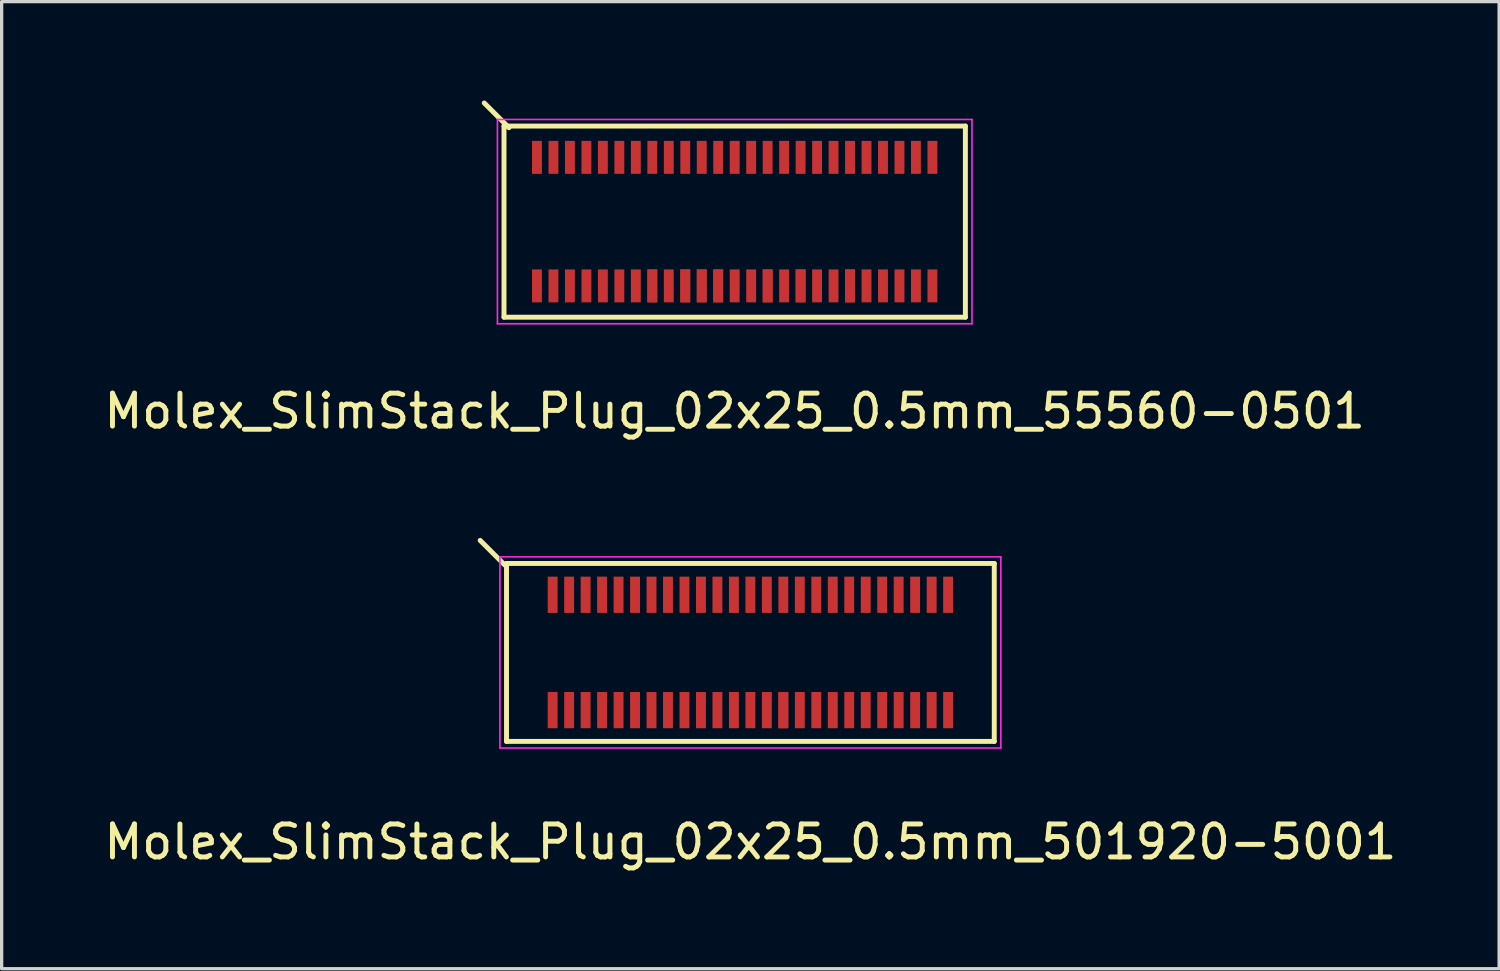
<source format=kicad_pcb>
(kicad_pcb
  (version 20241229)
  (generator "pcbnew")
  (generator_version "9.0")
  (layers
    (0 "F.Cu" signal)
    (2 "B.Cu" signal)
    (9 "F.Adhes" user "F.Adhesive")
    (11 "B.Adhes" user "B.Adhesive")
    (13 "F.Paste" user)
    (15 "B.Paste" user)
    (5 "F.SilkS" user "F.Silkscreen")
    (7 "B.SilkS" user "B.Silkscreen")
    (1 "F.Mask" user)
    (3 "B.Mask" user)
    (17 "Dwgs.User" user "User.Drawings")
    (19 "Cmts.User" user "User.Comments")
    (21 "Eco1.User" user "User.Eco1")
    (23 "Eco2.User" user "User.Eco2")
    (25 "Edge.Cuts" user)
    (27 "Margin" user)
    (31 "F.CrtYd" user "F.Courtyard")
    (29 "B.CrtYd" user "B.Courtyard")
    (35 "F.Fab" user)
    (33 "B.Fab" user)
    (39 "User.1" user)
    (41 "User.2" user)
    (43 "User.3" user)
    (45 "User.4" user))
  (footprint "Molex_SlimStack_Plug_02x25_0.5mm_55560-0501"
    (layer "F.Cu")
    (at 19.244 3.675)
    (property "Reference" "Molex_SlimStack_Plug_02x25_0.5mm_55560-0501" (at 0 5.75 0) (layer "F.SilkS") (effects (font (size 1 1) (thickness 0.15))))
    (attr smd)
    (fp_line (start -7 -2.9) (end -7 2.9) (stroke (width 0.15) (type solid)) (layer "F.SilkS"))
    (fp_line (start -7 2.9) (end 7 2.9) (stroke (width 0.15) (type solid)) (layer "F.SilkS"))
    (fp_line (start -6.85 -2.85) (end -7.6 -3.6) (stroke (width 0.15) (type solid)) (layer "F.SilkS"))
    (fp_line (start 7 -2.9) (end -7 -2.9) (stroke (width 0.15) (type solid)) (layer "F.SilkS"))
    (fp_line (start 7 2.9) (end 7 -2.9) (stroke (width 0.15) (type solid)) (layer "F.SilkS"))
    (fp_line (start -7.2 -3.1) (end -7.2 3.1) (stroke (width 0.05) (type solid)) (layer "F.CrtYd"))
    (fp_line (start -7.2 3.1) (end 7.2 3.1) (stroke (width 0.05) (type solid)) (layer "F.CrtYd"))
    (fp_line (start 7.2 -3.1) (end -7.2 -3.1) (stroke (width 0.05) (type solid)) (layer "F.CrtYd"))
    (fp_line (start 7.2 3.1) (end 7.2 -3.1) (stroke (width 0.05) (type solid)) (layer "F.CrtYd"))
    (pad "1" smd rect (at -6 -1.95) (size 0.3 1) (layers "F.Cu" "F.Mask" "F.Paste"))
    (pad "2" smd rect (at -6 1.95) (size 0.3 1) (layers "F.Cu" "F.Mask" "F.Paste"))
    (pad "3" smd rect (at -5.5 -1.95) (size 0.3 1) (layers "F.Cu" "F.Mask" "F.Paste"))
    (pad "4" smd rect (at -5.5 1.95) (size 0.3 1) (layers "F.Cu" "F.Mask" "F.Paste"))
    (pad "5" smd rect (at -5 -1.95) (size 0.3 1) (layers "F.Cu" "F.Mask" "F.Paste"))
    (pad "6" smd rect (at -5 1.95) (size 0.3 1) (layers "F.Cu" "F.Mask" "F.Paste"))
    (pad "7" smd rect (at -4.5 -1.95) (size 0.3 1) (layers "F.Cu" "F.Mask" "F.Paste"))
    (pad "8" smd rect (at -4.5 1.95) (size 0.3 1) (layers "F.Cu" "F.Mask" "F.Paste"))
    (pad "9" smd rect (at -4 -1.95) (size 0.3 1) (layers "F.Cu" "F.Mask" "F.Paste"))
    (pad "10" smd rect (at -4 1.95) (size 0.3 1) (layers "F.Cu" "F.Mask" "F.Paste"))
    (pad "11" smd rect (at -3.5 -1.95) (size 0.3 1) (layers "F.Cu" "F.Mask" "F.Paste"))
    (pad "12" smd rect (at -3.5 1.95) (size 0.3 1) (layers "F.Cu" "F.Mask" "F.Paste"))
    (pad "13" smd rect (at -3 -1.95) (size 0.3 1) (layers "F.Cu" "F.Mask" "F.Paste"))
    (pad "14" smd rect (at -3 1.95) (size 0.3 1) (layers "F.Cu" "F.Mask" "F.Paste"))
    (pad "15" smd rect (at -2.5 -1.95) (size 0.3 1) (layers "F.Cu" "F.Mask" "F.Paste"))
    (pad "16" smd rect (at -2.5 1.95) (size 0.3 1) (layers "F.Cu" "F.Mask" "F.Paste"))
    (pad "16" smd rect (at -2.5 1.95) (size 0.3 1) (layers "F.Cu" "F.Mask" "F.Paste"))
    (pad "17" smd rect (at -2 -1.95) (size 0.3 1) (layers "F.Cu" "F.Mask" "F.Paste"))
    (pad "18" smd rect (at -2 1.95) (size 0.3 1) (layers "F.Cu" "F.Mask" "F.Paste"))
    (pad "19" smd rect (at -1.5 -1.95) (size 0.3 1) (layers "F.Cu" "F.Mask" "F.Paste"))
    (pad "20" smd rect (at -1.5 1.95) (size 0.3 1) (layers "F.Cu" "F.Mask" "F.Paste"))
    (pad "20" smd rect (at -1.5 1.95) (size 0.3 1) (layers "F.Cu" "F.Mask" "F.Paste"))
    (pad "21" smd rect (at -1 -1.95) (size 0.3 1) (layers "F.Cu" "F.Mask" "F.Paste"))
    (pad "22" smd rect (at -1 1.95) (size 0.3 1) (layers "F.Cu" "F.Mask" "F.Paste"))
    (pad "22" smd rect (at -1 1.95) (size 0.3 1) (layers "F.Cu" "F.Mask" "F.Paste"))
    (pad "23" smd rect (at -0.5 -1.95) (size 0.3 1) (layers "F.Cu" "F.Mask" "F.Paste"))
    (pad "24" smd rect (at -0.5 1.95) (size 0.3 1) (layers "F.Cu" "F.Mask" "F.Paste"))
    (pad "24" smd rect (at -0.5 1.95) (size 0.3 1) (layers "F.Cu" "F.Mask" "F.Paste"))
    (pad "25" smd rect (at 0 -1.95) (size 0.3 1) (layers "F.Cu" "F.Mask" "F.Paste"))
    (pad "26" smd rect (at 0 1.95) (size 0.3 1) (layers "F.Cu" "F.Mask" "F.Paste"))
    (pad "27" smd rect (at 0.5 -1.95) (size 0.3 1) (layers "F.Cu" "F.Mask" "F.Paste"))
    (pad "28" smd rect (at 0.5 1.95) (size 0.3 1) (layers "F.Cu" "F.Mask" "F.Paste"))
    (pad "29" smd rect (at 1 -1.95) (size 0.3 1) (layers "F.Cu" "F.Mask" "F.Paste"))
    (pad "30" smd rect (at 1 1.95) (size 0.3 1) (layers "F.Cu" "F.Mask" "F.Paste"))
    (pad "30" smd rect (at 1 1.95) (size 0.3 1) (layers "F.Cu" "F.Mask" "F.Paste"))
    (pad "31" smd rect (at 1.5 -1.95) (size 0.3 1) (layers "F.Cu" "F.Mask" "F.Paste"))
    (pad "32" smd rect (at 1.5 1.95) (size 0.3 1) (layers "F.Cu" "F.Mask" "F.Paste"))
    (pad "33" smd rect (at 2 -1.95) (size 0.3 1) (layers "F.Cu" "F.Mask" "F.Paste"))
    (pad "34" smd rect (at 2 1.95) (size 0.3 1) (layers "F.Cu" "F.Mask" "F.Paste"))
    (pad "34" smd rect (at 2 1.95) (size 0.3 1) (layers "F.Cu" "F.Mask" "F.Paste"))
    (pad "35" smd rect (at 2.5 -1.95) (size 0.3 1) (layers "F.Cu" "F.Mask" "F.Paste"))
    (pad "36" smd rect (at 2.5 1.95) (size 0.3 1) (layers "F.Cu" "F.Mask" "F.Paste"))
    (pad "37" smd rect (at 3 -1.95) (size 0.3 1) (layers "F.Cu" "F.Mask" "F.Paste"))
    (pad "38" smd rect (at 3 1.95) (size 0.3 1) (layers "F.Cu" "F.Mask" "F.Paste"))
    (pad "39" smd rect (at 3.5 -1.95) (size 0.3 1) (layers "F.Cu" "F.Mask" "F.Paste"))
    (pad "40" smd rect (at 3.5 1.95) (size 0.3 1) (layers "F.Cu" "F.Mask" "F.Paste"))
    (pad "40" smd rect (at 3.5 1.95) (size 0.3 1) (layers "F.Cu" "F.Mask" "F.Paste"))
    (pad "41" smd rect (at 4 -1.95) (size 0.3 1) (layers "F.Cu" "F.Mask" "F.Paste"))
    (pad "42" smd rect (at 4 1.95) (size 0.3 1) (layers "F.Cu" "F.Mask" "F.Paste"))
    (pad "43" smd rect (at 4.5 -1.95) (size 0.3 1) (layers "F.Cu" "F.Mask" "F.Paste"))
    (pad "44" smd rect (at 4.5 1.95) (size 0.3 1) (layers "F.Cu" "F.Mask" "F.Paste"))
    (pad "45" smd rect (at 5 -1.95) (size 0.3 1) (layers "F.Cu" "F.Mask" "F.Paste"))
    (pad "46" smd rect (at 5 1.95) (size 0.3 1) (layers "F.Cu" "F.Mask" "F.Paste"))
    (pad "47" smd rect (at 5.5 -1.95) (size 0.3 1) (layers "F.Cu" "F.Mask" "F.Paste"))
    (pad "48" smd rect (at 5.5 1.95) (size 0.3 1) (layers "F.Cu" "F.Mask" "F.Paste"))
    (pad "49" smd rect (at 6 -1.95) (size 0.3 1) (layers "F.Cu" "F.Mask" "F.Paste"))
    (pad "50" smd rect (at 6 1.95) (size 0.3 1) (layers "F.Cu" "F.Mask" "F.Paste")))
  (footprint "Molex_SlimStack_Plug_02x25_0.5mm_501920-5001"
    (layer "F.Cu")
    (at 19.72 16.748)
    (property "Reference" "Molex_SlimStack_Plug_02x25_0.5mm_501920-5001" (at 0 5.75 0) (layer "F.SilkS") (effects (font (size 1 1) (thickness 0.15))))
    (attr smd)
    (fp_line (start -7.45 -2.65) (end -8.2 -3.4) (stroke (width 0.15) (type solid)) (layer "F.SilkS"))
    (fp_line (start -7.4 -2.7) (end -7.4 2.7) (stroke (width 0.15) (type solid)) (layer "F.SilkS"))
    (fp_line (start -7.4 2.7) (end 7.4 2.7) (stroke (width 0.15) (type solid)) (layer "F.SilkS"))
    (fp_line (start 7.4 -2.7) (end -7.4 -2.7) (stroke (width 0.15) (type solid)) (layer "F.SilkS"))
    (fp_line (start 7.4 2.7) (end 7.4 -2.7) (stroke (width 0.15) (type solid)) (layer "F.SilkS"))
    (fp_line (start -7.6 -2.9) (end -7.6 2.9) (stroke (width 0.05) (type solid)) (layer "F.CrtYd"))
    (fp_line (start -7.6 2.9) (end 7.6 2.9) (stroke (width 0.05) (type solid)) (layer "F.CrtYd"))
    (fp_line (start 7.6 -2.9) (end -7.6 -2.9) (stroke (width 0.05) (type solid)) (layer "F.CrtYd"))
    (fp_line (start 7.6 2.9) (end 7.6 -2.9) (stroke (width 0.05) (type solid)) (layer "F.CrtYd"))
    (pad "1" smd rect (at -6 -1.75) (size 0.3 1.1) (layers "F.Cu" "F.Mask" "F.Paste"))
    (pad "2" smd rect (at -6 1.75) (size 0.3 1.1) (layers "F.Cu" "F.Mask" "F.Paste"))
    (pad "3" smd rect (at -5.5 -1.75) (size 0.3 1.1) (layers "F.Cu" "F.Mask" "F.Paste"))
    (pad "4" smd rect (at -5.5 1.75) (size 0.3 1.1) (layers "F.Cu" "F.Mask" "F.Paste"))
    (pad "5" smd rect (at -5 -1.75) (size 0.3 1.1) (layers "F.Cu" "F.Mask" "F.Paste"))
    (pad "6" smd rect (at -5 1.75) (size 0.3 1.1) (layers "F.Cu" "F.Mask" "F.Paste"))
    (pad "7" smd rect (at -4.5 -1.75) (size 0.3 1.1) (layers "F.Cu" "F.Mask" "F.Paste"))
    (pad "8" smd rect (at -4.5 1.75) (size 0.3 1.1) (layers "F.Cu" "F.Mask" "F.Paste"))
    (pad "9" smd rect (at -4 -1.75) (size 0.3 1.1) (layers "F.Cu" "F.Mask" "F.Paste"))
    (pad "10" smd rect (at -4 1.75) (size 0.3 1.1) (layers "F.Cu" "F.Mask" "F.Paste"))
    (pad "11" smd rect (at -3.5 -1.75) (size 0.3 1.1) (layers "F.Cu" "F.Mask" "F.Paste"))
    (pad "12" smd rect (at -3.5 1.75) (size 0.3 1.1) (layers "F.Cu" "F.Mask" "F.Paste"))
    (pad "13" smd rect (at -3 -1.75) (size 0.3 1.1) (layers "F.Cu" "F.Mask" "F.Paste"))
    (pad "14" smd rect (at -3 1.75) (size 0.3 1.1) (layers "F.Cu" "F.Mask" "F.Paste"))
    (pad "15" smd rect (at -2.5 -1.75) (size 0.3 1.1) (layers "F.Cu" "F.Mask" "F.Paste"))
    (pad "16" smd rect (at -2.5 1.75) (size 0.3 1.1) (layers "F.Cu" "F.Mask" "F.Paste"))
    (pad "17" smd rect (at -2 -1.75) (size 0.3 1.1) (layers "F.Cu" "F.Mask" "F.Paste"))
    (pad "18" smd rect (at -2 1.75) (size 0.3 1.1) (layers "F.Cu" "F.Mask" "F.Paste"))
    (pad "19" smd rect (at -1.5 -1.75) (size 0.3 1.1) (layers "F.Cu" "F.Mask" "F.Paste"))
    (pad "20" smd rect (at -1.5 1.75) (size 0.3 1.1) (layers "F.Cu" "F.Mask" "F.Paste"))
    (pad "21" smd rect (at -1 -1.75) (size 0.3 1.1) (layers "F.Cu" "F.Mask" "F.Paste"))
    (pad "22" smd rect (at -1 1.75) (size 0.3 1.1) (layers "F.Cu" "F.Mask" "F.Paste"))
    (pad "23" smd rect (at -0.5 -1.75) (size 0.3 1.1) (layers "F.Cu" "F.Mask" "F.Paste"))
    (pad "24" smd rect (at -0.5 1.75) (size 0.3 1.1) (layers "F.Cu" "F.Mask" "F.Paste"))
    (pad "25" smd rect (at 0 -1.75) (size 0.3 1.1) (layers "F.Cu" "F.Mask" "F.Paste"))
    (pad "26" smd rect (at 0 1.75) (size 0.3 1.1) (layers "F.Cu" "F.Mask" "F.Paste"))
    (pad "27" smd rect (at 0.5 -1.75) (size 0.3 1.1) (layers "F.Cu" "F.Mask" "F.Paste"))
    (pad "28" smd rect (at 0.5 1.75) (size 0.3 1.1) (layers "F.Cu" "F.Mask" "F.Paste"))
    (pad "29" smd rect (at 1 -1.75) (size 0.3 1.1) (layers "F.Cu" "F.Mask" "F.Paste"))
    (pad "30" smd rect (at 1 1.75) (size 0.3 1.1) (layers "F.Cu" "F.Mask" "F.Paste"))
    (pad "30" smd rect (at 1 1.75) (size 0.3 1.1) (layers "F.Cu" "F.Mask" "F.Paste"))
    (pad "31" smd rect (at 1.5 -1.75) (size 0.3 1.1) (layers "F.Cu" "F.Mask" "F.Paste"))
    (pad "32" smd rect (at 1.5 1.75) (size 0.3 1.1) (layers "F.Cu" "F.Mask" "F.Paste"))
    (pad "33" smd rect (at 2 -1.75) (size 0.3 1.1) (layers "F.Cu" "F.Mask" "F.Paste"))
    (pad "34" smd rect (at 2 1.75) (size 0.3 1.1) (layers "F.Cu" "F.Mask" "F.Paste"))
    (pad "35" smd rect (at 2.5 -1.75) (size 0.3 1.1) (layers "F.Cu" "F.Mask" "F.Paste"))
    (pad "36" smd rect (at 2.5 1.75) (size 0.3 1.1) (layers "F.Cu" "F.Mask" "F.Paste"))
    (pad "37" smd rect (at 3 -1.75) (size 0.3 1.1) (layers "F.Cu" "F.Mask" "F.Paste"))
    (pad "38" smd rect (at 3 1.75) (size 0.3 1.1) (layers "F.Cu" "F.Mask" "F.Paste"))
    (pad "39" smd rect (at 3.5 -1.75) (size 0.3 1.1) (layers "F.Cu" "F.Mask" "F.Paste"))
    (pad "40" smd rect (at 3.5 1.75) (size 0.3 1.1) (layers "F.Cu" "F.Mask" "F.Paste"))
    (pad "41" smd rect (at 4 -1.75) (size 0.3 1.1) (layers "F.Cu" "F.Mask" "F.Paste"))
    (pad "42" smd rect (at 4 1.75) (size 0.3 1.1) (layers "F.Cu" "F.Mask" "F.Paste"))
    (pad "43" smd rect (at 4.5 -1.75) (size 0.3 1.1) (layers "F.Cu" "F.Mask" "F.Paste"))
    (pad "44" smd rect (at 4.5 1.75) (size 0.3 1.1) (layers "F.Cu" "F.Mask" "F.Paste"))
    (pad "45" smd rect (at 5 -1.75) (size 0.3 1.1) (layers "F.Cu" "F.Mask" "F.Paste"))
    (pad "46" smd rect (at 5 1.75) (size 0.3 1.1) (layers "F.Cu" "F.Mask" "F.Paste"))
    (pad "47" smd rect (at 5.5 -1.75) (size 0.3 1.1) (layers "F.Cu" "F.Mask" "F.Paste"))
    (pad "48" smd rect (at 5.5 1.75) (size 0.3 1.1) (layers "F.Cu" "F.Mask" "F.Paste"))
    (pad "49" smd rect (at 6 -1.75) (size 0.3 1.1) (layers "F.Cu" "F.Mask" "F.Paste"))
    (pad "50" smd rect (at 6 1.75) (size 0.3 1.1) (layers "F.Cu" "F.Mask" "F.Paste")))
  (gr_rect
    (start -3 -3)
    (end 42.44 26.346)
    (stroke (width 0.1) (type default))
    (fill no)
    (layer "Edge.Cuts")))
</source>
